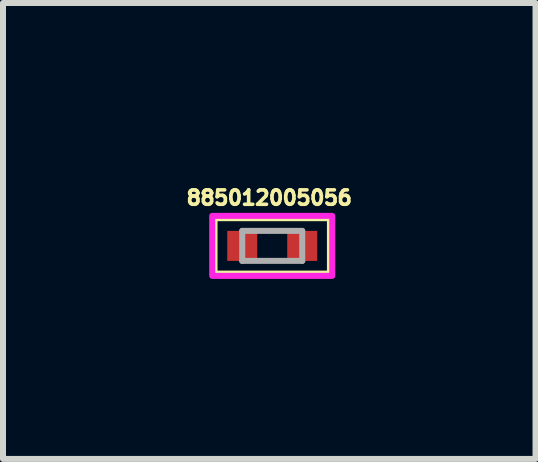
<source format=kicad_pcb>
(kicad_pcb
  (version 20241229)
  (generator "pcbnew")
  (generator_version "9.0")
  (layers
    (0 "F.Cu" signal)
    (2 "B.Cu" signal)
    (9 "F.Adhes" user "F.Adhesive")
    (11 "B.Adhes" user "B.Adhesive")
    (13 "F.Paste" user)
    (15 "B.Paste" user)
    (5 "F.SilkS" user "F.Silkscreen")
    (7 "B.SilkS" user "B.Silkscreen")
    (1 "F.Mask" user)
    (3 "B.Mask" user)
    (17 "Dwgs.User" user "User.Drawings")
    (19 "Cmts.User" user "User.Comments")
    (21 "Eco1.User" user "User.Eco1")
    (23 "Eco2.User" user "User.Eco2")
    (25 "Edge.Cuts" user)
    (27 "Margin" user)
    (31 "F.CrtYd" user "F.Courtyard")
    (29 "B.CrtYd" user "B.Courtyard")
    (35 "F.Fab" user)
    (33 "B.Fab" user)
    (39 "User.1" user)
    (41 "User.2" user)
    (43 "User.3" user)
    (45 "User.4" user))
  (footprint "885012005056"
    (layer "F.Cu")
    (at 1.487 1.048)
    (property "Reference" "885012005056" (at -0.05 -0.802 0) (layer "F.SilkS") (effects (font (size 0.24 0.24) (thickness 0.06))))
    (attr smd)
    (fp_line (start -0.975 -0.475) (end 0.975 -0.475) (stroke (width 0.127) (type solid)) (layer "F.SilkS"))
    (fp_line (start -0.975 0.475) (end -0.975 -0.475) (stroke (width 0.127) (type solid)) (layer "F.SilkS"))
    (fp_line (start 0.975 -0.475) (end 0.975 0.475) (stroke (width 0.127) (type solid)) (layer "F.SilkS"))
    (fp_line (start 0.975 0.475) (end -0.975 0.475) (stroke (width 0.127) (type solid)) (layer "F.SilkS"))
    (fp_poly (pts (xy -1 -0.5) (xy 1 -0.5) (xy 1 0.5) (xy -1 0.5)) (stroke (width 0.1) (type solid)) (fill no) (layer "F.CrtYd"))
    (fp_line (start -0.5 -0.25) (end -0.5 0.25) (stroke (width 0.1) (type solid)) (layer "F.Fab"))
    (fp_line (start -0.5 -0.25) (end 0.5 -0.25) (stroke (width 0.1) (type solid)) (layer "F.Fab"))
    (fp_line (start -0.5 0.25) (end 0.5 0.25) (stroke (width 0.1) (type solid)) (layer "F.Fab"))
    (fp_line (start 0.5 0.25) (end 0.5 -0.25) (stroke (width 0.1) (type solid)) (layer "F.Fab"))
    (pad "1" smd rect (at 0.5 0) (size 0.5 0.5) (layers "F.Cu" "F.Mask" "F.Paste"))
    (pad "2" smd rect (at -0.5 0) (size 0.5 0.5) (layers "F.Cu" "F.Mask" "F.Paste")))
  (gr_rect
    (start -3 -3)
    (end 5.875 4.598)
    (stroke (width 0.1) (type default))
    (fill no)
    (layer "Edge.Cuts")))
</source>
